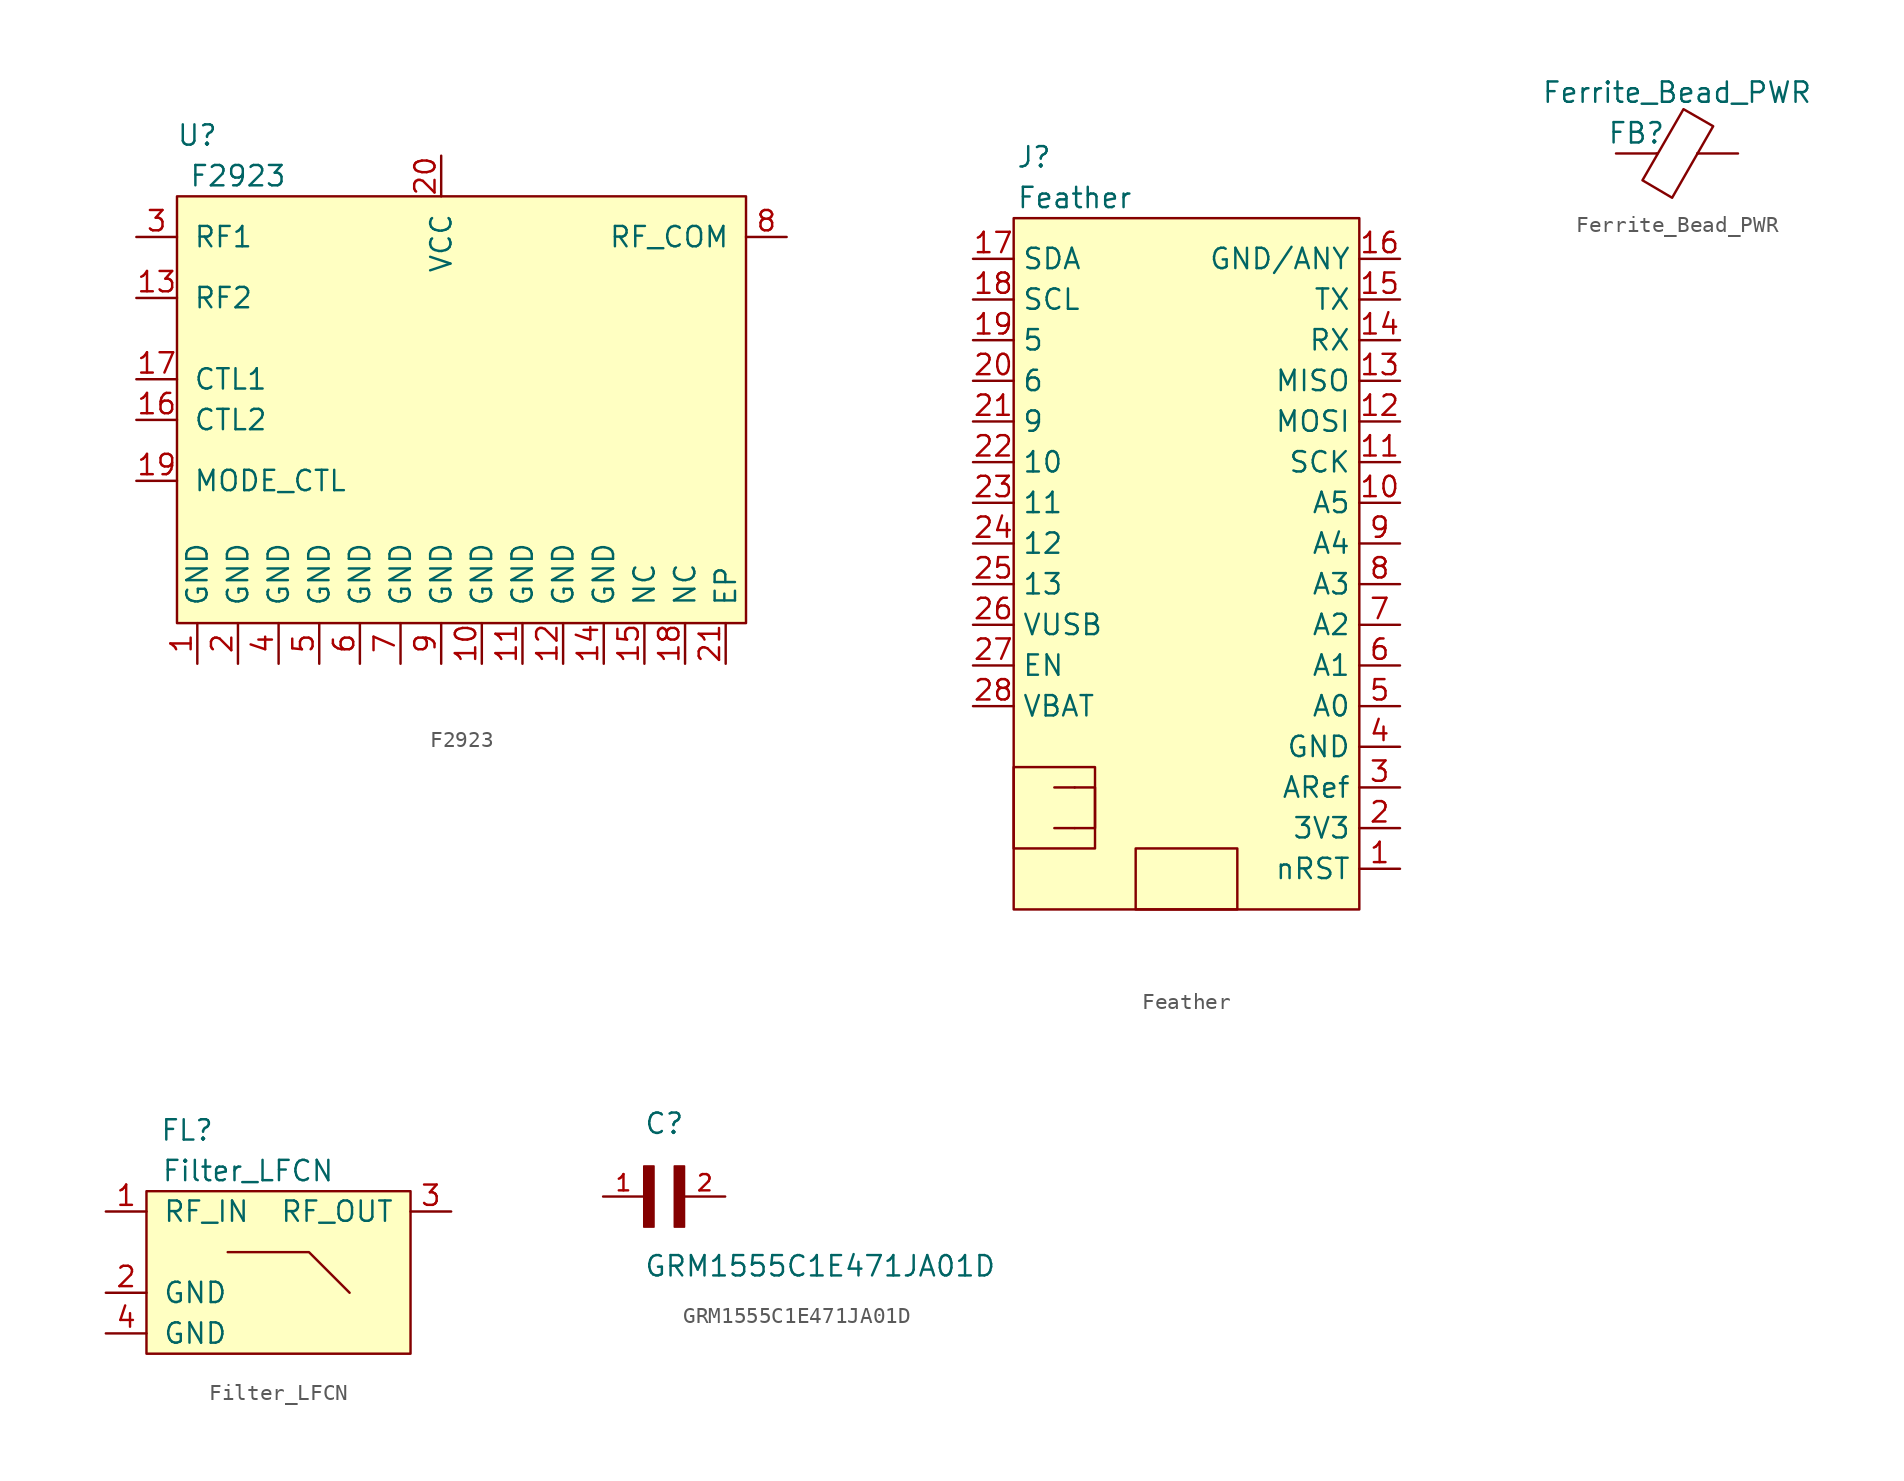
<source format=kicad_sym>
(kicad_symbol_lib
  (version 20231120)
  (generator "kicad_symbol_editor")
  (generator_version "8.0")
  (symbol "F2923"
    (pin_names
      (offset 1.016))
    (property "Reference" "U"
      (at -15.24 15.24 0)
      (effects (font (size 1.27 1.27))))
    (property "Value" "F2923"
      (at -12.7 12.7 0)
      (effects (font (size 1.27 1.27))))
    (symbol "F2923_0_1"
      (rectangle (start -16.51 11.43) (end 19.05 -15.24) (stroke (width 0) (type default)) (fill (type background))))
    (symbol "F2923_1_1"
      (pin power_in line (at -15.24 -17.78 90) (length 2.54) (name "GND" (effects (font (size 1.27 1.27)))) (number "1" (effects (font (size 1.27 1.27)))))
      (pin power_in line (at 2.54 -17.78 90) (length 2.54) (name "GND" (effects (font (size 1.27 1.27)))) (number "10" (effects (font (size 1.27 1.27)))))
      (pin power_in line (at 5.08 -17.78 90) (length 2.54) (name "GND" (effects (font (size 1.27 1.27)))) (number "11" (effects (font (size 1.27 1.27)))))
      (pin power_in line (at 7.62 -17.78 90) (length 2.54) (name "GND" (effects (font (size 1.27 1.27)))) (number "12" (effects (font (size 1.27 1.27)))))
      (pin input line (at -19.05 5.08 0) (length 2.54) (name "RF2" (effects (font (size 1.27 1.27)))) (number "13" (effects (font (size 1.27 1.27)))))
      (pin power_in line (at 10.16 -17.78 90) (length 2.54) (name "GND" (effects (font (size 1.27 1.27)))) (number "14" (effects (font (size 1.27 1.27)))))
      (pin power_in line (at 12.7 -17.78 90) (length 2.54) (name "NC" (effects (font (size 1.27 1.27)))) (number "15" (effects (font (size 1.27 1.27)))))
      (pin passive line (at -19.05 -2.54 0) (length 2.54) (name "CTL2" (effects (font (size 1.27 1.27)))) (number "16" (effects (font (size 1.27 1.27)))))
      (pin passive line (at -19.05 0 0) (length 2.54) (name "CTL1" (effects (font (size 1.27 1.27)))) (number "17" (effects (font (size 1.27 1.27)))))
      (pin power_in line (at 15.24 -17.78 90) (length 2.54) (name "NC" (effects (font (size 1.27 1.27)))) (number "18" (effects (font (size 1.27 1.27)))))
      (pin passive line (at -19.05 -6.35 0) (length 2.54) (name "MODE_CTL" (effects (font (size 1.27 1.27)))) (number "19" (effects (font (size 1.27 1.27)))))
      (pin power_in line (at -12.7 -17.78 90) (length 2.54) (name "GND" (effects (font (size 1.27 1.27)))) (number "2" (effects (font (size 1.27 1.27)))))
      (pin power_in line (at 0 13.97 270) (length 2.54) (name "VCC" (effects (font (size 1.27 1.27)))) (number "20" (effects (font (size 1.27 1.27)))))
      (pin power_in line (at 17.78 -17.78 90) (length 2.54) (name "EP" (effects (font (size 1.27 1.27)))) (number "21" (effects (font (size 1.27 1.27)))))
      (pin input line (at -19.05 8.89 0) (length 2.54) (name "RF1" (effects (font (size 1.27 1.27)))) (number "3" (effects (font (size 1.27 1.27)))))
      (pin power_in line (at -10.16 -17.78 90) (length 2.54) (name "GND" (effects (font (size 1.27 1.27)))) (number "4" (effects (font (size 1.27 1.27)))))
      (pin power_in line (at -7.62 -17.78 90) (length 2.54) (name "GND" (effects (font (size 1.27 1.27)))) (number "5" (effects (font (size 1.27 1.27)))))
      (pin power_in line (at -5.08 -17.78 90) (length 2.54) (name "GND" (effects (font (size 1.27 1.27)))) (number "6" (effects (font (size 1.27 1.27)))))
      (pin power_in line (at -2.54 -17.78 90) (length 2.54) (name "GND" (effects (font (size 1.27 1.27)))) (number "7" (effects (font (size 1.27 1.27)))))
      (pin output line (at 21.59 8.89 180) (length 2.54) (name "RF_COM" (effects (font (size 1.27 1.27)))) (number "8" (effects (font (size 1.27 1.27)))))
      (pin power_in line (at 0 -17.78 90) (length 2.54) (name "GND" (effects (font (size 1.27 1.27)))) (number "9" (effects (font (size 1.27 1.27)))))))
  (symbol "Feather"
    (property "Reference" "J"
      (at -8.89 24.13 0)
      (effects (font (size 1.27 1.27))))
    (property "Value" "Feather"
      (at -6.35 21.59 0)
      (effects (font (size 1.27 1.27))))
    (symbol "Feather_0_1"
      (rectangle (start -10.16 -13.97) (end -5.08 -19.05) (stroke (width 0) (type default)) (fill (type none)))
      (rectangle (start -10.16 20.32) (end 11.43 -22.86) (stroke (width 0) (type default)) (fill (type background)))
      (rectangle (start -2.54 -19.05) (end 3.81 -22.86) (stroke (width 0) (type default)) (fill (type none)))
      (polyline (pts (xy -7.62 -17.78) (xy -6.35 -17.78)) (stroke (width 0) (type default)) (fill (type none)))
      (polyline (pts (xy -7.62 -15.24) (xy -6.35 -15.24)) (stroke (width 0) (type default)) (fill (type none)))
      (polyline (pts (xy -6.35 -15.24) (xy -5.08 -15.24) (xy -5.08 -17.78) (xy -6.35 -17.78)) (stroke (width 0) (type default)) (fill (type none))))
    (symbol "Feather_1_1"
      (pin bidirectional line (at 13.97 -20.32 180) (length 2.54) (name "nRST" (effects (font (size 1.27 1.27)))) (number "1" (effects (font (size 1.27 1.27)))))
      (pin bidirectional line (at 13.97 2.54 180) (length 2.54) (name "A5" (effects (font (size 1.27 1.27)))) (number "10" (effects (font (size 1.27 1.27)))))
      (pin bidirectional line (at 13.97 5.08 180) (length 2.54) (name "SCK" (effects (font (size 1.27 1.27)))) (number "11" (effects (font (size 1.27 1.27)))))
      (pin bidirectional line (at 13.97 7.62 180) (length 2.54) (name "MOSI" (effects (font (size 1.27 1.27)))) (number "12" (effects (font (size 1.27 1.27)))))
      (pin bidirectional line (at 13.97 10.16 180) (length 2.54) (name "MISO" (effects (font (size 1.27 1.27)))) (number "13" (effects (font (size 1.27 1.27)))))
      (pin bidirectional line (at 13.97 12.7 180) (length 2.54) (name "RX" (effects (font (size 1.27 1.27)))) (number "14" (effects (font (size 1.27 1.27)))))
      (pin bidirectional line (at 13.97 15.24 180) (length 2.54) (name "TX" (effects (font (size 1.27 1.27)))) (number "15" (effects (font (size 1.27 1.27)))))
      (pin power_out line (at 13.97 17.78 180) (length 2.54) (name "GND/ANY" (effects (font (size 1.27 1.27)))) (number "16" (effects (font (size 1.27 1.27)))))
      (pin bidirectional line (at -12.7 17.78 0) (length 2.54) (name "SDA" (effects (font (size 1.27 1.27)))) (number "17" (effects (font (size 1.27 1.27)))))
      (pin bidirectional line (at -12.7 15.24 0) (length 2.54) (name "SCL" (effects (font (size 1.27 1.27)))) (number "18" (effects (font (size 1.27 1.27)))))
      (pin bidirectional line (at -12.7 12.7 0) (length 2.54) (name "5" (effects (font (size 1.27 1.27)))) (number "19" (effects (font (size 1.27 1.27)))))
      (pin power_out line (at 13.97 -17.78 180) (length 2.54) (name "3V3" (effects (font (size 1.27 1.27)))) (number "2" (effects (font (size 1.27 1.27)))))
      (pin bidirectional line (at -12.7 10.16 0) (length 2.54) (name "6" (effects (font (size 1.27 1.27)))) (number "20" (effects (font (size 1.27 1.27)))))
      (pin bidirectional line (at -12.7 7.62 0) (length 2.54) (name "9" (effects (font (size 1.27 1.27)))) (number "21" (effects (font (size 1.27 1.27)))))
      (pin bidirectional line (at -12.7 5.08 0) (length 2.54) (name "10" (effects (font (size 1.27 1.27)))) (number "22" (effects (font (size 1.27 1.27)))))
      (pin bidirectional line (at -12.7 2.54 0) (length 2.54) (name "11" (effects (font (size 1.27 1.27)))) (number "23" (effects (font (size 1.27 1.27)))))
      (pin bidirectional line (at -12.7 0 0) (length 2.54) (name "12" (effects (font (size 1.27 1.27)))) (number "24" (effects (font (size 1.27 1.27)))))
      (pin bidirectional line (at -12.7 -2.54 0) (length 2.54) (name "13" (effects (font (size 1.27 1.27)))) (number "25" (effects (font (size 1.27 1.27)))))
      (pin power_out line (at -12.7 -5.08 0) (length 2.54) (name "VUSB" (effects (font (size 1.27 1.27)))) (number "26" (effects (font (size 1.27 1.27)))))
      (pin bidirectional line (at -12.7 -7.62 0) (length 2.54) (name "EN" (effects (font (size 1.27 1.27)))) (number "27" (effects (font (size 1.27 1.27)))))
      (pin power_in line (at -12.7 -10.16 0) (length 2.54) (name "VBAT" (effects (font (size 1.27 1.27)))) (number "28" (effects (font (size 1.27 1.27)))))
      (pin bidirectional line (at 13.97 -15.24 180) (length 2.54) (name "ARef" (effects (font (size 1.27 1.27)))) (number "3" (effects (font (size 1.27 1.27)))))
      (pin power_in line (at 13.97 -12.7 180) (length 2.54) (name "GND" (effects (font (size 1.27 1.27)))) (number "4" (effects (font (size 1.27 1.27)))))
      (pin bidirectional line (at 13.97 -10.16 180) (length 2.54) (name "A0" (effects (font (size 1.27 1.27)))) (number "5" (effects (font (size 1.27 1.27)))))
      (pin bidirectional line (at 13.97 -7.62 180) (length 2.54) (name "A1" (effects (font (size 1.27 1.27)))) (number "6" (effects (font (size 1.27 1.27)))))
      (pin bidirectional line (at 13.97 -5.08 180) (length 2.54) (name "A2" (effects (font (size 1.27 1.27)))) (number "7" (effects (font (size 1.27 1.27)))))
      (pin bidirectional line (at 13.97 -2.54 180) (length 2.54) (name "A3" (effects (font (size 1.27 1.27)))) (number "8" (effects (font (size 1.27 1.27)))))
      (pin bidirectional line (at 13.97 0 180) (length 2.54) (name "A4" (effects (font (size 1.27 1.27)))) (number "9" (effects (font (size 1.27 1.27)))))))
  (symbol "Ferrite_Bead_PWR"
    (pin_numbers hide)
    (pin_names
      (offset 0))
    (property "Reference" "FB"
      (at -2.54 1.27 0)
      (effects (font (size 1.27 1.27))))
    (property "Value" "Ferrite_Bead_PWR"
      (at 0 3.81 0)
      (effects (font (size 1.27 1.27))))
    (symbol "Ferrite_Bead_PWR_0_1"
      (polyline (pts (xy -1.27 0) (xy -1.219 0)) (stroke (width 0) (type default)) (fill (type none)))
      (polyline (pts (xy 1.27 0) (xy 1.295 0)) (stroke (width 0) (type default)) (fill (type none)))
      (polyline (pts (xy 0.406 2.769) (xy 2.261 1.702) (xy -0.305 -2.769) (xy -2.159 -1.676) (xy 0.406 2.769)) (stroke (width 0) (type default)) (fill (type none))))
    (symbol "Ferrite_Bead_PWR_1_1"
      (pin power_out line (at 3.81 0 180) (length 2.54) (name "~" (effects (font (size 1.27 1.27)))) (number "1" (effects (font (size 1.27 1.27)))))
      (pin passive line (at -3.81 0 0) (length 2.54) (name "~" (effects (font (size 1.27 1.27)))) (number "2" (effects (font (size 1.27 1.27)))))))
  (symbol "Filter_LFCN"
    (pin_names
      (offset 1.016))
    (property "Reference" "FL"
      (at -5.08 7.62 0)
      (effects (font (size 1.27 1.27))))
    (property "Value" "Filter_LFCN"
      (at -1.27 5.08 0)
      (effects (font (size 1.27 1.27))))
    (symbol "Filter_LFCN_0_1"
      (rectangle (start -7.62 3.81) (end 8.89 -6.35) (stroke (width 0) (type default)) (fill (type background)))
      (polyline (pts (xy -2.54 0) (xy 2.54 0) (xy 5.08 -2.54)) (stroke (width 0) (type default)) (fill (type none))))
    (symbol "Filter_LFCN_1_1"
      (pin input line (at -10.16 2.54 0) (length 2.54) (name "RF_IN" (effects (font (size 1.27 1.27)))) (number "1" (effects (font (size 1.27 1.27)))))
      (pin power_in line (at -10.16 -2.54 0) (length 2.54) (name "GND" (effects (font (size 1.27 1.27)))) (number "2" (effects (font (size 1.27 1.27)))))
      (pin output line (at 11.43 2.54 180) (length 2.54) (name "RF_OUT" (effects (font (size 1.27 1.27)))) (number "3" (effects (font (size 1.27 1.27)))))
      (pin power_in line (at -10.16 -5.08 0) (length 2.54) (name "GND" (effects (font (size 1.27 1.27)))) (number "4" (effects (font (size 1.27 1.27)))))))
  (symbol "GRM1555C1E471JA01D"
    (pin_names
      (offset 1.016))
    (property "Reference" "C"
      (at 0 3.811 0)
      (effects (font (size 1.27 1.27)) (justify left bottom)))
    (property "Value" "GRM1555C1E471JA01D"
      (at 0 -5.088 0)
      (effects (font (size 1.27 1.27)) (justify left bottom)))
    (symbol "GRM1555C1E471JA01D_0_0"
      (rectangle (start 0 -1.907) (end 0.635 1.905) (stroke (width 0.1) (type default)) (fill (type outline)))
      (rectangle (start 1.907 -1.907) (end 2.54 1.905) (stroke (width 0.1) (type default)) (fill (type outline)))
      (pin passive line (at -2.54 0 0) (length 2.54) (name "~" (effects (font (size 1.016 1.016)))) (number "1" (effects (font (size 1.016 1.016)))))
      (pin passive line (at 5.08 0 180) (length 2.54) (name "~" (effects (font (size 1.016 1.016)))) (number "2" (effects (font (size 1.016 1.016))))))))
</source>
